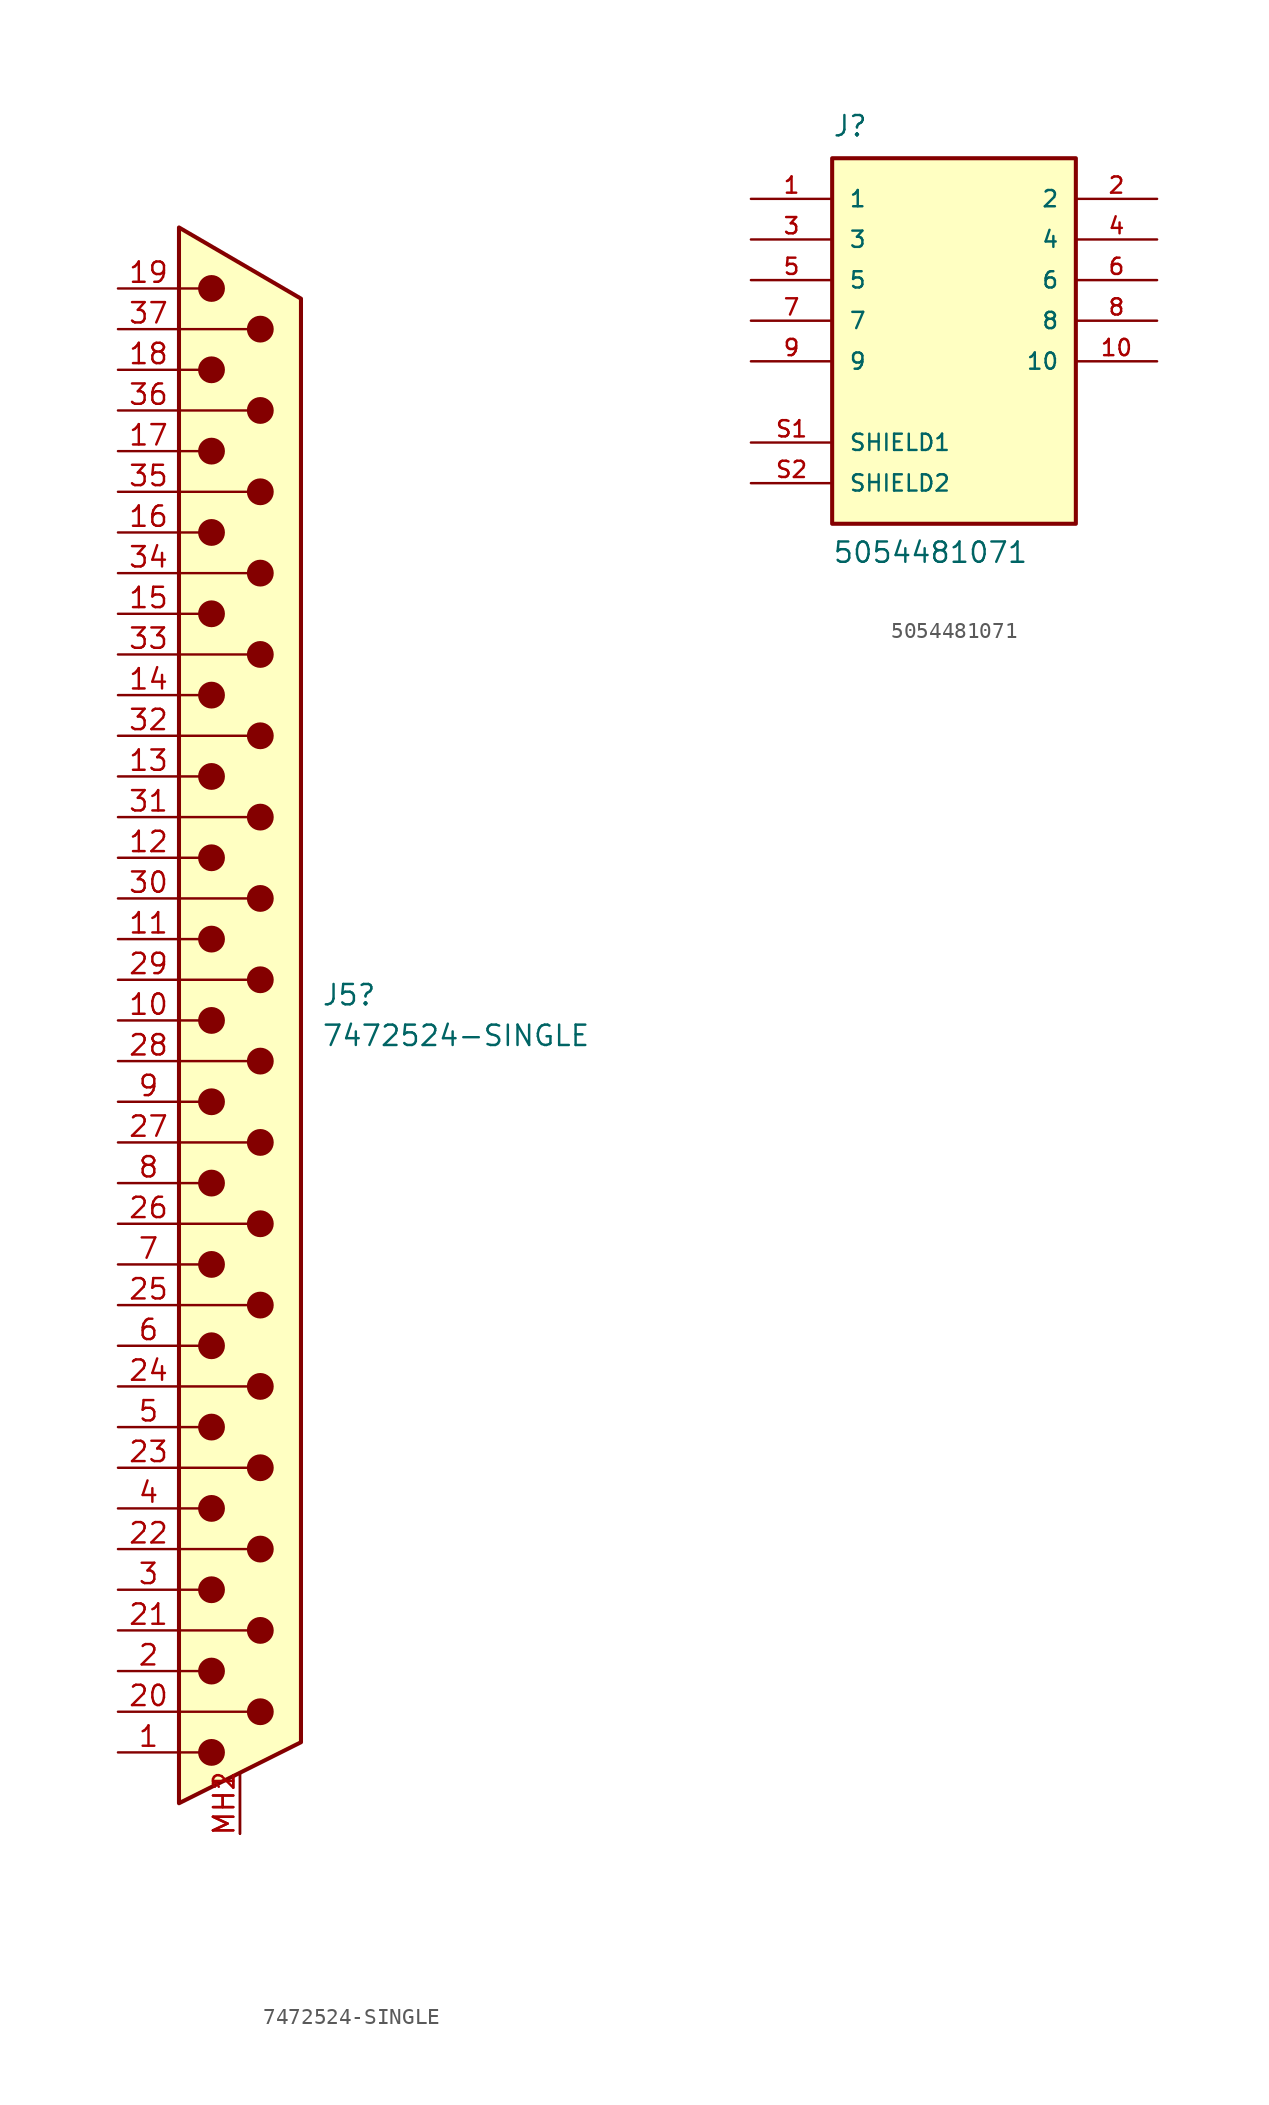
<source format=kicad_sym>
(kicad_symbol_lib
  (version 20231120)
  (generator "kicad_symbol_editor")
  (generator_version "8.0")
  (symbol "7472524-SINGLE"
    (pin_names
      (offset 1.016) hide)
    (property "Reference" "J5"
      (at 5.08 1.588 0)
      (effects (font (size 1.27 1.27)) (justify left)))
    (property "Value" "7472524-SINGLE"
      (at 5.08 -0.952 0)
      (effects (font (size 1.27 1.27)) (justify left)))
    (symbol "7472524-SINGLE_0_1"
      (circle (center -1.778 -45.72) (radius 0.762) (stroke (width 0) (type default)) (fill (type outline)))
      (circle (center -1.778 -40.64) (radius 0.762) (stroke (width 0) (type default)) (fill (type outline)))
      (circle (center -1.778 -35.56) (radius 0.762) (stroke (width 0) (type default)) (fill (type outline)))
      (circle (center -1.778 -30.48) (radius 0.762) (stroke (width 0) (type default)) (fill (type outline)))
      (circle (center -1.778 -25.4) (radius 0.762) (stroke (width 0) (type default)) (fill (type outline)))
      (circle (center -1.778 -20.32) (radius 0.762) (stroke (width 0) (type default)) (fill (type outline)))
      (circle (center -1.778 -15.24) (radius 0.762) (stroke (width 0) (type default)) (fill (type outline)))
      (circle (center -1.778 -10.16) (radius 0.762) (stroke (width 0) (type default)) (fill (type outline)))
      (circle (center -1.778 -5.08) (radius 0.762) (stroke (width 0) (type default)) (fill (type outline)))
      (circle (center -1.778 0) (radius 0.762) (stroke (width 0) (type default)) (fill (type outline)))
      (circle (center -1.778 5.08) (radius 0.762) (stroke (width 0) (type default)) (fill (type outline)))
      (circle (center -1.778 10.16) (radius 0.762) (stroke (width 0) (type default)) (fill (type outline)))
      (circle (center -1.778 15.24) (radius 0.762) (stroke (width 0) (type default)) (fill (type outline)))
      (circle (center -1.778 20.32) (radius 0.762) (stroke (width 0) (type default)) (fill (type outline)))
      (circle (center -1.778 25.4) (radius 0.762) (stroke (width 0) (type default)) (fill (type outline)))
      (circle (center -1.778 30.48) (radius 0.762) (stroke (width 0) (type default)) (fill (type outline)))
      (circle (center -1.778 35.56) (radius 0.762) (stroke (width 0) (type default)) (fill (type outline)))
      (circle (center -1.778 40.64) (radius 0.762) (stroke (width 0) (type default)) (fill (type outline)))
      (circle (center -1.778 45.72) (radius 0.762) (stroke (width 0) (type default)) (fill (type outline)))
      (polyline (pts (xy -3.81 -45.72) (xy -2.54 -45.72)) (stroke (width 0) (type default)) (fill (type none)))
      (polyline (pts (xy -3.81 -43.18) (xy 0.508 -43.18)) (stroke (width 0) (type default)) (fill (type none)))
      (polyline (pts (xy -3.81 -40.64) (xy -2.54 -40.64)) (stroke (width 0) (type default)) (fill (type none)))
      (polyline (pts (xy -3.81 -38.1) (xy 0.508 -38.1)) (stroke (width 0) (type default)) (fill (type none)))
      (polyline (pts (xy -3.81 -35.56) (xy -2.54 -35.56)) (stroke (width 0) (type default)) (fill (type none)))
      (polyline (pts (xy -3.81 -33.02) (xy 0.508 -33.02)) (stroke (width 0) (type default)) (fill (type none)))
      (polyline (pts (xy -3.81 -30.48) (xy -2.54 -30.48)) (stroke (width 0) (type default)) (fill (type none)))
      (polyline (pts (xy -3.81 -27.94) (xy 0.508 -27.94)) (stroke (width 0) (type default)) (fill (type none)))
      (polyline (pts (xy -3.81 -25.4) (xy -2.54 -25.4)) (stroke (width 0) (type default)) (fill (type none)))
      (polyline (pts (xy -3.81 -22.86) (xy 0.508 -22.86)) (stroke (width 0) (type default)) (fill (type none)))
      (polyline (pts (xy -3.81 -20.32) (xy -2.54 -20.32)) (stroke (width 0) (type default)) (fill (type none)))
      (polyline (pts (xy -3.81 -17.78) (xy 0.508 -17.78)) (stroke (width 0) (type default)) (fill (type none)))
      (polyline (pts (xy -3.81 -15.24) (xy -2.54 -15.24)) (stroke (width 0) (type default)) (fill (type none)))
      (polyline (pts (xy -3.81 -12.7) (xy 0.508 -12.7)) (stroke (width 0) (type default)) (fill (type none)))
      (polyline (pts (xy -3.81 -10.16) (xy -2.54 -10.16)) (stroke (width 0) (type default)) (fill (type none)))
      (polyline (pts (xy -3.81 -7.62) (xy 0.508 -7.62)) (stroke (width 0) (type default)) (fill (type none)))
      (polyline (pts (xy -3.81 -5.08) (xy -2.54 -5.08)) (stroke (width 0) (type default)) (fill (type none)))
      (polyline (pts (xy -3.81 -2.54) (xy 0.508 -2.54)) (stroke (width 0) (type default)) (fill (type none)))
      (polyline (pts (xy -3.81 0) (xy -2.54 0)) (stroke (width 0) (type default)) (fill (type none)))
      (polyline (pts (xy -3.81 2.54) (xy 0.508 2.54)) (stroke (width 0) (type default)) (fill (type none)))
      (polyline (pts (xy -3.81 5.08) (xy -2.54 5.08)) (stroke (width 0) (type default)) (fill (type none)))
      (polyline (pts (xy -3.81 7.62) (xy 0.508 7.62)) (stroke (width 0) (type default)) (fill (type none)))
      (polyline (pts (xy -3.81 10.16) (xy -2.54 10.16)) (stroke (width 0) (type default)) (fill (type none)))
      (polyline (pts (xy -3.81 12.7) (xy 0.508 12.7)) (stroke (width 0) (type default)) (fill (type none)))
      (polyline (pts (xy -3.81 15.24) (xy -2.54 15.24)) (stroke (width 0) (type default)) (fill (type none)))
      (polyline (pts (xy -3.81 17.78) (xy 0.508 17.78)) (stroke (width 0) (type default)) (fill (type none)))
      (polyline (pts (xy -3.81 20.32) (xy -2.54 20.32)) (stroke (width 0) (type default)) (fill (type none)))
      (polyline (pts (xy -3.81 22.86) (xy 0.508 22.86)) (stroke (width 0) (type default)) (fill (type none)))
      (polyline (pts (xy -3.81 25.4) (xy -2.54 25.4)) (stroke (width 0) (type default)) (fill (type none)))
      (polyline (pts (xy -3.81 27.94) (xy 0.508 27.94)) (stroke (width 0) (type default)) (fill (type none)))
      (polyline (pts (xy -3.81 30.48) (xy -2.54 30.48)) (stroke (width 0) (type default)) (fill (type none)))
      (polyline (pts (xy -3.81 33.02) (xy 0.508 33.02)) (stroke (width 0) (type default)) (fill (type none)))
      (polyline (pts (xy -3.81 35.56) (xy -2.54 35.56)) (stroke (width 0) (type default)) (fill (type none)))
      (polyline (pts (xy -3.81 38.1) (xy 0.508 38.1)) (stroke (width 0) (type default)) (fill (type none)))
      (polyline (pts (xy -3.81 40.64) (xy -2.54 40.64)) (stroke (width 0) (type default)) (fill (type none)))
      (polyline (pts (xy -3.81 43.18) (xy 0.508 43.18)) (stroke (width 0) (type default)) (fill (type none)))
      (polyline (pts (xy -3.81 45.72) (xy -2.54 45.72)) (stroke (width 0) (type default)) (fill (type none)))
      (polyline (pts (xy -3.81 49.53) (xy 3.81 45.085) (xy 3.81 -45.085) (xy -3.81 -48.895) (xy -3.81 49.53)) (stroke (width 0.254) (type default)) (fill (type background)))
      (circle (center 1.27 -43.18) (radius 0.762) (stroke (width 0) (type default)) (fill (type outline)))
      (circle (center 1.27 -38.1) (radius 0.762) (stroke (width 0) (type default)) (fill (type outline)))
      (circle (center 1.27 -33.02) (radius 0.762) (stroke (width 0) (type default)) (fill (type outline)))
      (circle (center 1.27 -27.94) (radius 0.762) (stroke (width 0) (type default)) (fill (type outline)))
      (circle (center 1.27 -22.86) (radius 0.762) (stroke (width 0) (type default)) (fill (type outline)))
      (circle (center 1.27 -17.78) (radius 0.762) (stroke (width 0) (type default)) (fill (type outline)))
      (circle (center 1.27 -12.7) (radius 0.762) (stroke (width 0) (type default)) (fill (type outline)))
      (circle (center 1.27 -7.62) (radius 0.762) (stroke (width 0) (type default)) (fill (type outline)))
      (circle (center 1.27 -2.54) (radius 0.762) (stroke (width 0) (type default)) (fill (type outline)))
      (circle (center 1.27 2.54) (radius 0.762) (stroke (width 0) (type default)) (fill (type outline)))
      (circle (center 1.27 7.62) (radius 0.762) (stroke (width 0) (type default)) (fill (type outline)))
      (circle (center 1.27 12.7) (radius 0.762) (stroke (width 0) (type default)) (fill (type outline)))
      (circle (center 1.27 17.78) (radius 0.762) (stroke (width 0) (type default)) (fill (type outline)))
      (circle (center 1.27 22.86) (radius 0.762) (stroke (width 0) (type default)) (fill (type outline)))
      (circle (center 1.27 27.94) (radius 0.762) (stroke (width 0) (type default)) (fill (type outline)))
      (circle (center 1.27 33.02) (radius 0.762) (stroke (width 0) (type default)) (fill (type outline)))
      (circle (center 1.27 38.1) (radius 0.762) (stroke (width 0) (type default)) (fill (type outline)))
      (circle (center 1.27 43.18) (radius 0.762) (stroke (width 0) (type default)) (fill (type outline))))
    (symbol "7472524-SINGLE_1_1"
      (pin passive line (at -7.62 -45.72 0) (length 3.81) (name "1" (effects (font (size 1.27 1.27)))) (number "1" (effects (font (size 1.27 1.27)))))
      (pin passive line (at -7.62 0 0) (length 3.81) (name "10" (effects (font (size 1.27 1.27)))) (number "10" (effects (font (size 1.27 1.27)))))
      (pin passive line (at -7.62 5.08 0) (length 3.81) (name "11" (effects (font (size 1.27 1.27)))) (number "11" (effects (font (size 1.27 1.27)))))
      (pin passive line (at -7.62 10.16 0) (length 3.81) (name "12" (effects (font (size 1.27 1.27)))) (number "12" (effects (font (size 1.27 1.27)))))
      (pin passive line (at -7.62 15.24 0) (length 3.81) (name "13" (effects (font (size 1.27 1.27)))) (number "13" (effects (font (size 1.27 1.27)))))
      (pin passive line (at -7.62 20.32 0) (length 3.81) (name "14" (effects (font (size 1.27 1.27)))) (number "14" (effects (font (size 1.27 1.27)))))
      (pin passive line (at -7.62 25.4 0) (length 3.81) (name "15" (effects (font (size 1.27 1.27)))) (number "15" (effects (font (size 1.27 1.27)))))
      (pin passive line (at -7.62 30.48 0) (length 3.81) (name "16" (effects (font (size 1.27 1.27)))) (number "16" (effects (font (size 1.27 1.27)))))
      (pin passive line (at -7.62 35.56 0) (length 3.81) (name "17" (effects (font (size 1.27 1.27)))) (number "17" (effects (font (size 1.27 1.27)))))
      (pin passive line (at -7.62 40.64 0) (length 3.81) (name "18" (effects (font (size 1.27 1.27)))) (number "18" (effects (font (size 1.27 1.27)))))
      (pin passive line (at -7.62 45.72 0) (length 3.81) (name "19" (effects (font (size 1.27 1.27)))) (number "19" (effects (font (size 1.27 1.27)))))
      (pin passive line (at -7.62 -40.64 0) (length 3.81) (name "2" (effects (font (size 1.27 1.27)))) (number "2" (effects (font (size 1.27 1.27)))))
      (pin passive line (at -7.62 -43.18 0) (length 3.81) (name "20" (effects (font (size 1.27 1.27)))) (number "20" (effects (font (size 1.27 1.27)))))
      (pin passive line (at -7.62 -38.1 0) (length 3.81) (name "21" (effects (font (size 1.27 1.27)))) (number "21" (effects (font (size 1.27 1.27)))))
      (pin passive line (at -7.62 -33.02 0) (length 3.81) (name "22" (effects (font (size 1.27 1.27)))) (number "22" (effects (font (size 1.27 1.27)))))
      (pin passive line (at -7.62 -27.94 0) (length 3.81) (name "23" (effects (font (size 1.27 1.27)))) (number "23" (effects (font (size 1.27 1.27)))))
      (pin passive line (at -7.62 -22.86 0) (length 3.81) (name "24" (effects (font (size 1.27 1.27)))) (number "24" (effects (font (size 1.27 1.27)))))
      (pin passive line (at -7.62 -17.78 0) (length 3.81) (name "25" (effects (font (size 1.27 1.27)))) (number "25" (effects (font (size 1.27 1.27)))))
      (pin passive line (at -7.62 -12.7 0) (length 3.81) (name "26" (effects (font (size 1.27 1.27)))) (number "26" (effects (font (size 1.27 1.27)))))
      (pin passive line (at -7.62 -7.62 0) (length 3.81) (name "27" (effects (font (size 1.27 1.27)))) (number "27" (effects (font (size 1.27 1.27)))))
      (pin passive line (at -7.62 -2.54 0) (length 3.81) (name "28" (effects (font (size 1.27 1.27)))) (number "28" (effects (font (size 1.27 1.27)))))
      (pin passive line (at -7.62 2.54 0) (length 3.81) (name "29" (effects (font (size 1.27 1.27)))) (number "29" (effects (font (size 1.27 1.27)))))
      (pin passive line (at -7.62 -35.56 0) (length 3.81) (name "3" (effects (font (size 1.27 1.27)))) (number "3" (effects (font (size 1.27 1.27)))))
      (pin passive line (at -7.62 7.62 0) (length 3.81) (name "30" (effects (font (size 1.27 1.27)))) (number "30" (effects (font (size 1.27 1.27)))))
      (pin passive line (at -7.62 12.7 0) (length 3.81) (name "31" (effects (font (size 1.27 1.27)))) (number "31" (effects (font (size 1.27 1.27)))))
      (pin passive line (at -7.62 17.78 0) (length 3.81) (name "32" (effects (font (size 1.27 1.27)))) (number "32" (effects (font (size 1.27 1.27)))))
      (pin passive line (at -7.62 22.86 0) (length 3.81) (name "33" (effects (font (size 1.27 1.27)))) (number "33" (effects (font (size 1.27 1.27)))))
      (pin passive line (at -7.62 27.94 0) (length 3.81) (name "34" (effects (font (size 1.27 1.27)))) (number "34" (effects (font (size 1.27 1.27)))))
      (pin passive line (at -7.62 33.02 0) (length 3.81) (name "35" (effects (font (size 1.27 1.27)))) (number "35" (effects (font (size 1.27 1.27)))))
      (pin passive line (at -7.62 38.1 0) (length 3.81) (name "36" (effects (font (size 1.27 1.27)))) (number "36" (effects (font (size 1.27 1.27)))))
      (pin passive line (at -7.62 43.18 0) (length 3.81) (name "37" (effects (font (size 1.27 1.27)))) (number "37" (effects (font (size 1.27 1.27)))))
      (pin passive line (at -7.62 -30.48 0) (length 3.81) (name "4" (effects (font (size 1.27 1.27)))) (number "4" (effects (font (size 1.27 1.27)))))
      (pin passive line (at -7.62 -25.4 0) (length 3.81) (name "5" (effects (font (size 1.27 1.27)))) (number "5" (effects (font (size 1.27 1.27)))))
      (pin passive line (at -7.62 -20.32 0) (length 3.81) (name "6" (effects (font (size 1.27 1.27)))) (number "6" (effects (font (size 1.27 1.27)))))
      (pin passive line (at -7.62 -15.24 0) (length 3.81) (name "7" (effects (font (size 1.27 1.27)))) (number "7" (effects (font (size 1.27 1.27)))))
      (pin passive line (at -7.62 -10.16 0) (length 3.81) (name "8" (effects (font (size 1.27 1.27)))) (number "8" (effects (font (size 1.27 1.27)))))
      (pin passive line (at -7.62 -5.08 0) (length 3.81) (name "9" (effects (font (size 1.27 1.27)))) (number "9" (effects (font (size 1.27 1.27)))))
      (pin passive line (at 0 -50.8 90) (length 3.81) (name "PAD" (effects (font (size 1.27 1.27)))) (number "MH1" (effects (font (size 1.27 1.27)))))
      (pin passive line (at 0 -50.8 90) (length 3.81) (name "PAD" (effects (font (size 1.27 1.27)))) (number "MH2" (effects (font (size 1.27 1.27)))))))
  (symbol "5054481071"
    (pin_names
      (offset 1.016))
    (property "Reference" "J"
      (at -7.62 11.43 0)
      (effects (font (size 1.27 1.27)) (justify left bottom)))
    (property "Value" "5054481071"
      (at -7.62 -15.24 0)
      (effects (font (size 1.27 1.27)) (justify left bottom)))
    (symbol "5054481071_0_0"
      (rectangle (start -7.62 10.16) (end 7.62 -12.7) (stroke (width 0.254) (type default)) (fill (type background)))
      (pin passive line (at -12.7 7.62 0) (length 5.08) (name "1" (effects (font (size 1.016 1.016)))) (number "1" (effects (font (size 1.016 1.016)))))
      (pin passive line (at 12.7 -2.54 180) (length 5.08) (name "10" (effects (font (size 1.016 1.016)))) (number "10" (effects (font (size 1.016 1.016)))))
      (pin passive line (at 12.7 7.62 180) (length 5.08) (name "2" (effects (font (size 1.016 1.016)))) (number "2" (effects (font (size 1.016 1.016)))))
      (pin passive line (at -12.7 5.08 0) (length 5.08) (name "3" (effects (font (size 1.016 1.016)))) (number "3" (effects (font (size 1.016 1.016)))))
      (pin passive line (at 12.7 5.08 180) (length 5.08) (name "4" (effects (font (size 1.016 1.016)))) (number "4" (effects (font (size 1.016 1.016)))))
      (pin passive line (at -12.7 2.54 0) (length 5.08) (name "5" (effects (font (size 1.016 1.016)))) (number "5" (effects (font (size 1.016 1.016)))))
      (pin passive line (at 12.7 2.54 180) (length 5.08) (name "6" (effects (font (size 1.016 1.016)))) (number "6" (effects (font (size 1.016 1.016)))))
      (pin passive line (at -12.7 0 0) (length 5.08) (name "7" (effects (font (size 1.016 1.016)))) (number "7" (effects (font (size 1.016 1.016)))))
      (pin passive line (at 12.7 0 180) (length 5.08) (name "8" (effects (font (size 1.016 1.016)))) (number "8" (effects (font (size 1.016 1.016)))))
      (pin passive line (at -12.7 -2.54 0) (length 5.08) (name "9" (effects (font (size 1.016 1.016)))) (number "9" (effects (font (size 1.016 1.016)))))
      (pin passive line (at -12.7 -7.62 0) (length 5.08) (name "SHIELD1" (effects (font (size 1.016 1.016)))) (number "S1" (effects (font (size 1.016 1.016)))))
      (pin passive line (at -12.7 -10.16 0) (length 5.08) (name "SHIELD2" (effects (font (size 1.016 1.016)))) (number "S2" (effects (font (size 1.016 1.016))))))))
</source>
